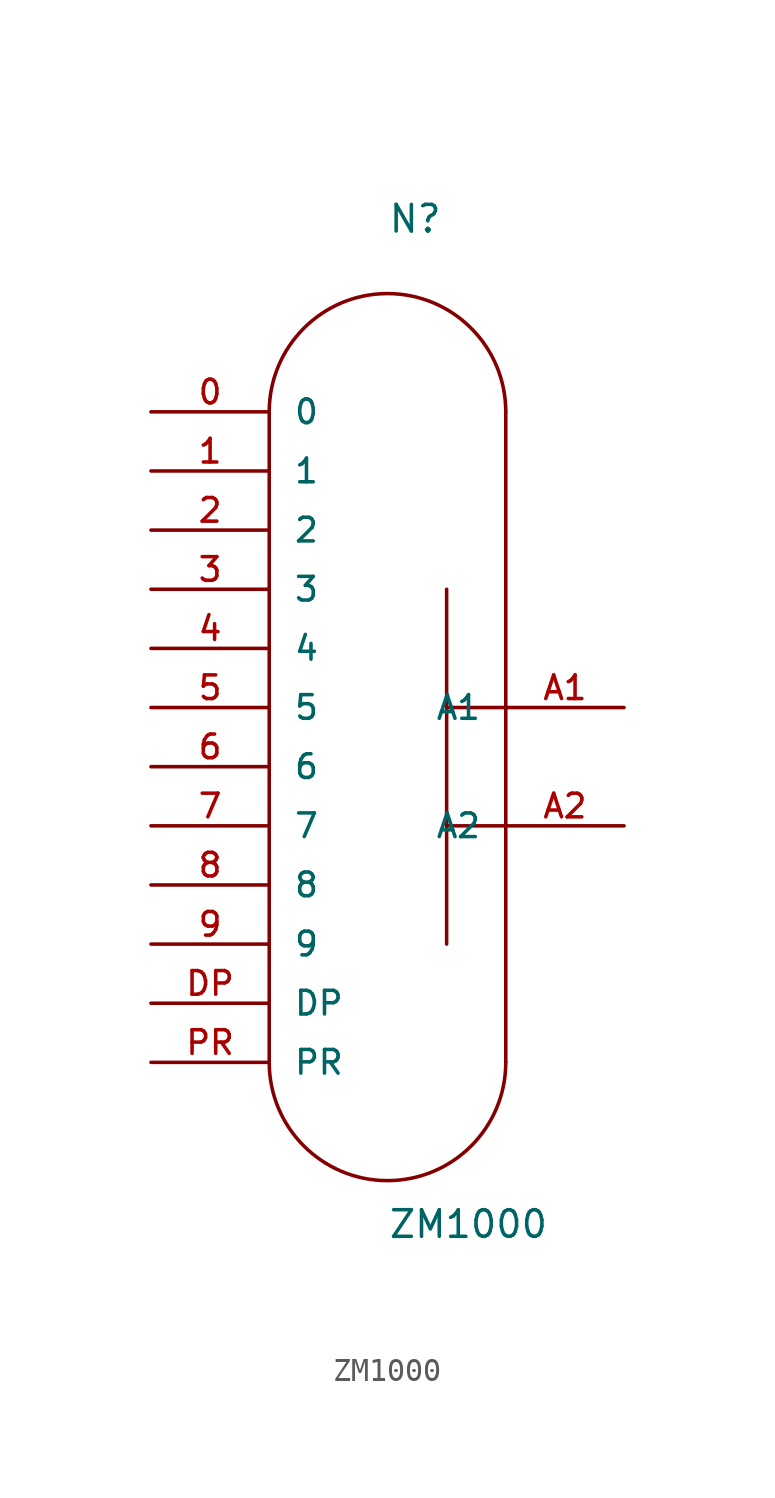
<source format=kicad_sym>
(kicad_symbol_lib
  (version 20241209)
  (generator "kicad_symbol_editor")
  (generator_version "9.0")
  (symbol "ZM1000"
    (pin_names
      (offset 1.016))
    (property "Reference" "N"
      (at 0 22.86 0)
      (effects (font (size 1.143 1.143)) (justify left bottom)))
    (property "Value" "ZM1000"
      (at 0 -20.32 0)
      (effects (font (size 1.143 1.143)) (justify left bottom)))
    (property "ki_locked" ""
      (at 0 0 0)
      (effects (font (size 1.27 1.27))))
    (symbol "ZM1000_1_0"
      (polyline (pts (xy -5.08 15.24) (xy -5.08 -12.7)) (stroke (width 0) (type default)) (fill (type none)))
      (polyline (pts (xy 2.54 7.62) (xy 2.54 2.54)) (stroke (width 0) (type default)) (fill (type none)))
      (polyline (pts (xy 2.54 2.54) (xy 2.54 -2.54)) (stroke (width 0) (type default)) (fill (type none)))
      (polyline (pts (xy 2.54 2.54) (xy 5.08 2.54)) (stroke (width 0) (type default)) (fill (type none)))
      (polyline (pts (xy 2.54 -2.54) (xy 2.54 -7.62)) (stroke (width 0) (type default)) (fill (type none)))
      (polyline (pts (xy 5.08 15.24) (xy 5.08 2.54)) (stroke (width 0) (type default)) (fill (type none)))
      (polyline (pts (xy 5.08 2.54) (xy 5.08 -2.54)) (stroke (width 0) (type default)) (fill (type none)))
      (polyline (pts (xy 5.08 -2.54) (xy 2.54 -2.54)) (stroke (width 0) (type default)) (fill (type none)))
      (polyline (pts (xy 5.08 -2.54) (xy 5.08 -12.7)) (stroke (width 0) (type default)) (fill (type none))))
    (symbol "ZM1000_1_1"
      (arc (start -5.08 15.24) (mid 0 20.2978) (end 5.08 15.24) (stroke (width 0) (type default)) (fill (type none)))
      (arc (start 5.08 -12.7) (mid 0 -17.7578) (end -5.08 -12.7) (stroke (width 0) (type default)) (fill (type none)))
      (pin passive line (at -10.16 15.24 0) (length 5.08) (name "0" (effects (font (size 1.016 1.016)))) (number "0" (effects (font (size 1.016 1.016)))))
      (pin passive line (at -10.16 12.7 0) (length 5.08) (name "1" (effects (font (size 1.016 1.016)))) (number "1" (effects (font (size 1.016 1.016)))))
      (pin passive line (at -10.16 10.16 0) (length 5.08) (name "2" (effects (font (size 1.016 1.016)))) (number "2" (effects (font (size 1.016 1.016)))))
      (pin passive line (at -10.16 7.62 0) (length 5.08) (name "3" (effects (font (size 1.016 1.016)))) (number "3" (effects (font (size 1.016 1.016)))))
      (pin passive line (at -10.16 5.08 0) (length 5.08) (name "4" (effects (font (size 1.016 1.016)))) (number "4" (effects (font (size 1.016 1.016)))))
      (pin passive line (at -10.16 2.54 0) (length 5.08) (name "5" (effects (font (size 1.016 1.016)))) (number "5" (effects (font (size 1.016 1.016)))))
      (pin passive line (at -10.16 0 0) (length 5.08) (name "6" (effects (font (size 1.016 1.016)))) (number "6" (effects (font (size 1.016 1.016)))))
      (pin passive line (at -10.16 -2.54 0) (length 5.08) (name "7" (effects (font (size 1.016 1.016)))) (number "7" (effects (font (size 1.016 1.016)))))
      (pin passive line (at -10.16 -5.08 0) (length 5.08) (name "8" (effects (font (size 1.016 1.016)))) (number "8" (effects (font (size 1.016 1.016)))))
      (pin passive line (at -10.16 -7.62 0) (length 5.08) (name "9" (effects (font (size 1.016 1.016)))) (number "9" (effects (font (size 1.016 1.016)))))
      (pin passive line (at -10.16 -10.16 0) (length 5.08) (name "DP" (effects (font (size 1.016 1.016)))) (number "DP" (effects (font (size 1.016 1.016)))))
      (pin passive line (at -10.16 -12.7 0) (length 5.08) (name "PR" (effects (font (size 1.016 1.016)))) (number "PR" (effects (font (size 1.016 1.016)))))
      (pin passive line (at 10.16 2.54 180) (length 5.08) (name "A1" (effects (font (size 1.016 1.016)))) (number "A1" (effects (font (size 1.016 1.016)))))
      (pin passive line (at 10.16 -2.54 180) (length 5.08) (name "A2" (effects (font (size 1.016 1.016)))) (number "A2" (effects (font (size 1.016 1.016))))))))
</source>
